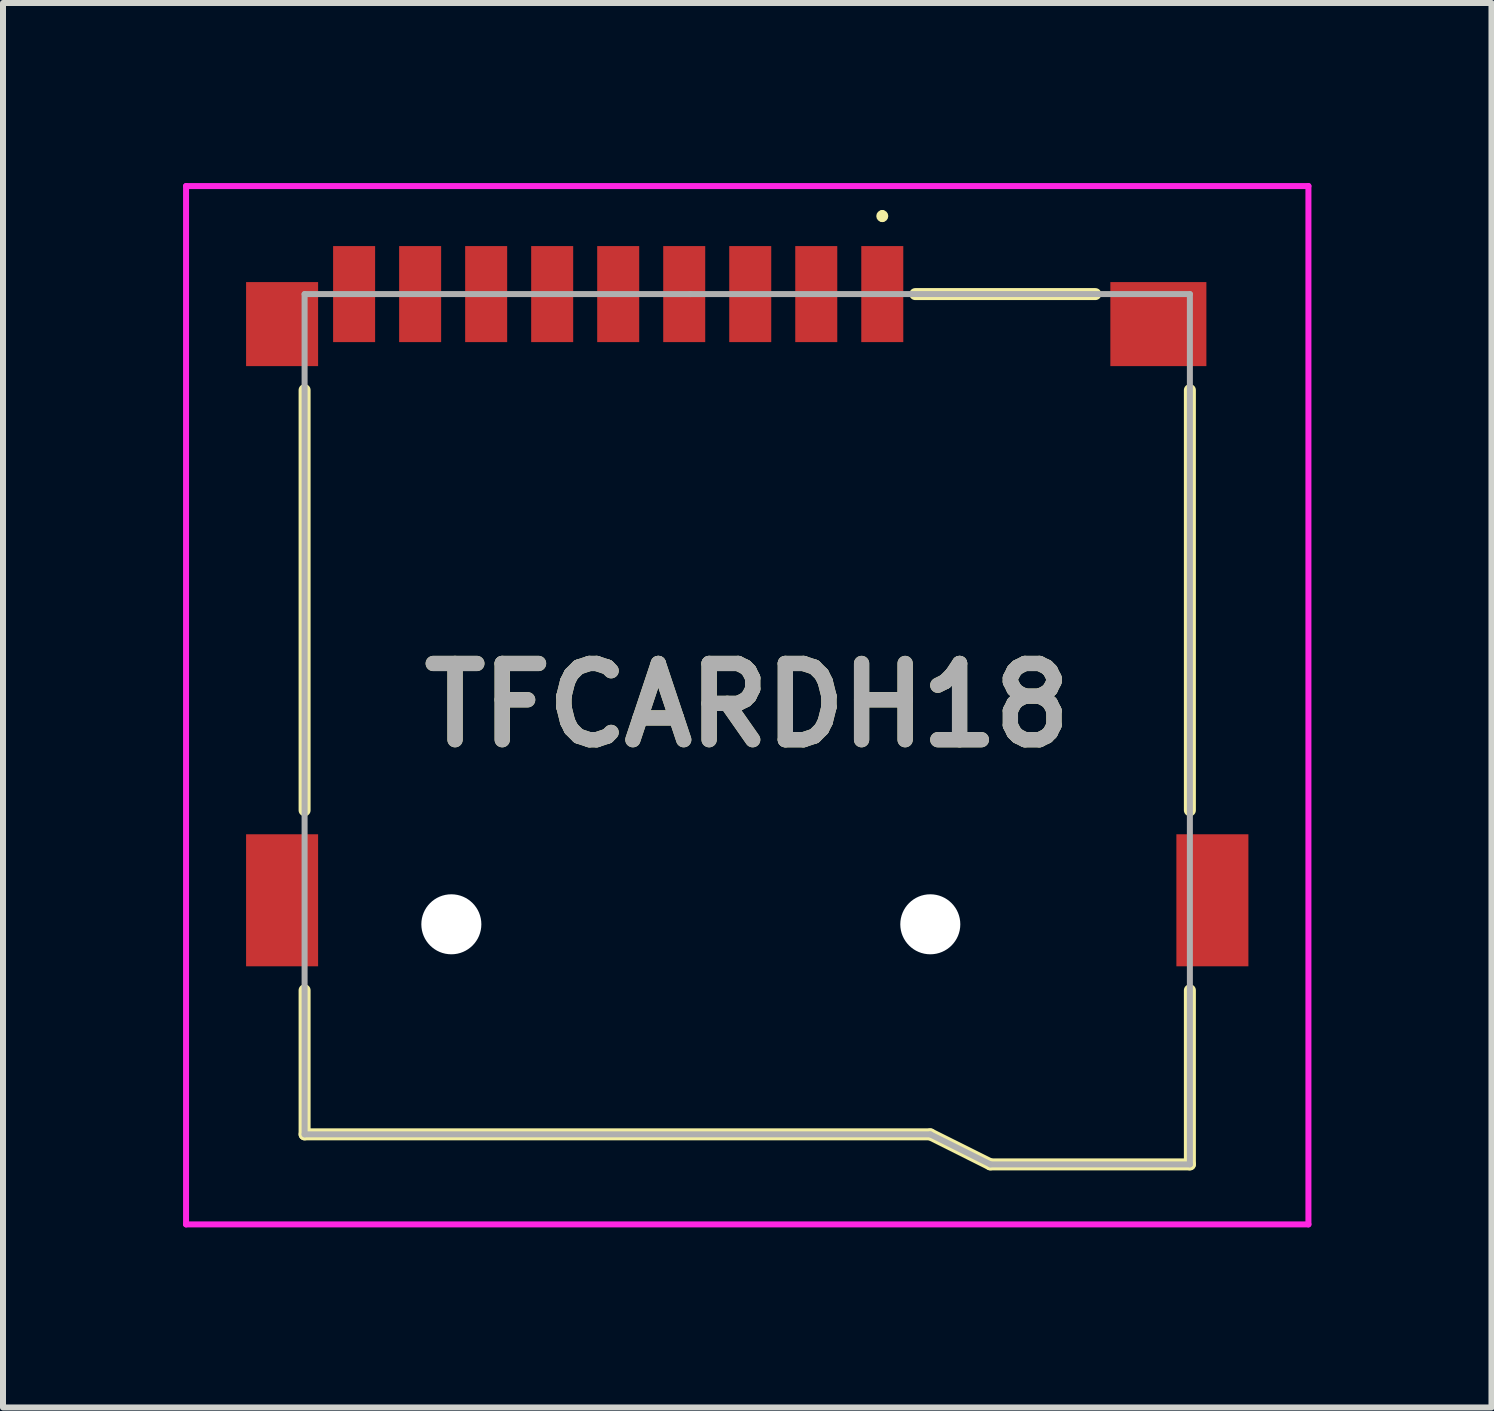
<source format=kicad_pcb>
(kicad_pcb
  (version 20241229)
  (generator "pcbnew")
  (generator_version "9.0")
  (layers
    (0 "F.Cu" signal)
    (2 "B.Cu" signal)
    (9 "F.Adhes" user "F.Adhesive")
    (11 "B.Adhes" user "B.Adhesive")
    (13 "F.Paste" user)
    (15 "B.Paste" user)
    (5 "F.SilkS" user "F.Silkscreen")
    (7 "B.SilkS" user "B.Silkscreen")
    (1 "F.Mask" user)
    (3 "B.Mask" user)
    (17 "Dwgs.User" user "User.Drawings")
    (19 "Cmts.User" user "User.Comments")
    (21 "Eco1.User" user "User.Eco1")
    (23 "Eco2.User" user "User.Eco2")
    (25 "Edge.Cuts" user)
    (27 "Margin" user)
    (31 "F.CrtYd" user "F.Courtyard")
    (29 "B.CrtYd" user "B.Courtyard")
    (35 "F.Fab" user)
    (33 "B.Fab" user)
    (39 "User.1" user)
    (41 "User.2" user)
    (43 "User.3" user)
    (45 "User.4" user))
  (footprint "TFCARDH18"
    (layer "F.Cu")
    (at 9.4 9.1)
    (property "Reference" "TFCARDH18" (at 0 -0.4 0) (layer "F.SilkS") (effects (font (size 1.27 1.27) (thickness 0.254))))
    (attr through_hole)
    (fp_line (start -7.375 1.35) (end -7.375 -5.65) (stroke (width 0.2) (type solid)) (layer "F.SilkS"))
    (fp_line (start -7.375 6.75) (end -7.375 4.35) (stroke (width 0.2) (type solid)) (layer "F.SilkS"))
    (fp_line (start 2.25 -8.6) (end 2.25 -8.6) (stroke (width 0.1) (type solid)) (layer "F.SilkS"))
    (fp_line (start 2.25 -8.5) (end 2.25 -8.5) (stroke (width 0.1) (type solid)) (layer "F.SilkS"))
    (fp_line (start 2.8 -7.25) (end 5.8 -7.25) (stroke (width 0.2) (type solid)) (layer "F.SilkS"))
    (fp_line (start 3.05 6.75) (end -7.375 6.75) (stroke (width 0.2) (type solid)) (layer "F.SilkS"))
    (fp_line (start 4.05 7.25) (end 3.05 6.75) (stroke (width 0.2) (type solid)) (layer "F.SilkS"))
    (fp_line (start 7.375 -5.65) (end 7.375 1.35) (stroke (width 0.2) (type solid)) (layer "F.SilkS"))
    (fp_line (start 7.375 4.35) (end 7.375 7.25) (stroke (width 0.2) (type solid)) (layer "F.SilkS"))
    (fp_line (start 7.375 7.25) (end 4.05 7.25) (stroke (width 0.2) (type solid)) (layer "F.SilkS"))
    (fp_arc (start 2.25 -8.6) (mid 2.3 -8.55) (end 2.25 -8.5) (stroke (width 0.1) (type solid)) (layer "F.SilkS"))
    (fp_arc (start 2.25 -8.5) (mid 2.2 -8.55) (end 2.25 -8.6) (stroke (width 0.1) (type solid)) (layer "F.SilkS"))
    (fp_line (start -9.35 -9.05) (end 9.35 -9.05) (stroke (width 0.1) (type solid)) (layer "F.CrtYd"))
    (fp_line (start -9.35 8.25) (end -9.35 -9.05) (stroke (width 0.1) (type solid)) (layer "F.CrtYd"))
    (fp_line (start 9.35 -9.05) (end 9.35 8.25) (stroke (width 0.1) (type solid)) (layer "F.CrtYd"))
    (fp_line (start 9.35 8.25) (end -9.35 8.25) (stroke (width 0.1) (type solid)) (layer "F.CrtYd"))
    (fp_line (start -7.375 -7.25) (end -0.95 -7.25) (stroke (width 0.1) (type solid)) (layer "F.Fab"))
    (fp_line (start -7.375 6.75) (end -7.375 -7.25) (stroke (width 0.1) (type solid)) (layer "F.Fab"))
    (fp_line (start -0.95 -7.25) (end 7.375 -7.25) (stroke (width 0.1) (type solid)) (layer "F.Fab"))
    (fp_line (start 3.05 6.75) (end -7.375 6.75) (stroke (width 0.1) (type solid)) (layer "F.Fab"))
    (fp_line (start 4.05 7.25) (end 3.05 6.75) (stroke (width 0.1) (type solid)) (layer "F.Fab"))
    (fp_line (start 7.375 -7.25) (end 7.375 7.25) (stroke (width 0.1) (type solid)) (layer "F.Fab"))
    (fp_line (start 7.375 7.25) (end 4.05 7.25) (stroke (width 0.1) (type solid)) (layer "F.Fab"))
    (fp_text user "${REFERENCE}" (at 0 -0.4 0) (layer "F.Fab") (effects (font (size 1.27 1.27) (thickness 0.254))))
    (pad "" np_thru_hole circle (at -4.93 3.25) (size 1 1) (drill 1) (layers "*.Cu" "*.Mask"))
    (pad "" np_thru_hole circle (at 3.05 3.25) (size 1 1) (drill 1) (layers "*.Cu" "*.Mask"))
    (pad "1" smd rect (at 2.25 -7.25) (size 0.7 1.6) (layers "F.Cu" "F.Mask" "F.Paste"))
    (pad "2" smd rect (at 1.15 -7.25) (size 0.7 1.6) (layers "F.Cu" "F.Mask" "F.Paste"))
    (pad "3" smd rect (at 0.05 -7.25) (size 0.7 1.6) (layers "F.Cu" "F.Mask" "F.Paste"))
    (pad "4" smd rect (at -1.05 -7.25) (size 0.7 1.6) (layers "F.Cu" "F.Mask" "F.Paste"))
    (pad "5" smd rect (at -2.15 -7.25) (size 0.7 1.6) (layers "F.Cu" "F.Mask" "F.Paste"))
    (pad "6" smd rect (at -3.25 -7.25) (size 0.7 1.6) (layers "F.Cu" "F.Mask" "F.Paste"))
    (pad "7" smd rect (at -4.35 -7.25) (size 0.7 1.6) (layers "F.Cu" "F.Mask" "F.Paste"))
    (pad "8" smd rect (at -5.45 -7.25) (size 0.7 1.6) (layers "F.Cu" "F.Mask" "F.Paste"))
    (pad "CD1" smd rect (at -6.55 -7.25) (size 0.7 1.6) (layers "F.Cu" "F.Mask" "F.Paste"))
    (pad "G1" smd rect (at -7.75 -6.75) (size 1.2 1.4) (layers "F.Cu" "F.Mask" "F.Paste"))
    (pad "G2" smd rect (at 6.85 -6.75 90) (size 1.4 1.6) (layers "F.Cu" "F.Mask" "F.Paste"))
    (pad "G3" smd rect (at -7.75 2.85) (size 1.2 2.2) (layers "F.Cu" "F.Mask" "F.Paste"))
    (pad "G4" smd rect (at 7.75 2.85) (size 1.2 2.2) (layers "F.Cu" "F.Mask" "F.Paste")))
  (gr_rect
    (start -3 -3)
    (end 21.8 20.4)
    (stroke (width 0.1) (type default))
    (fill no)
    (layer "Edge.Cuts")))
</source>
